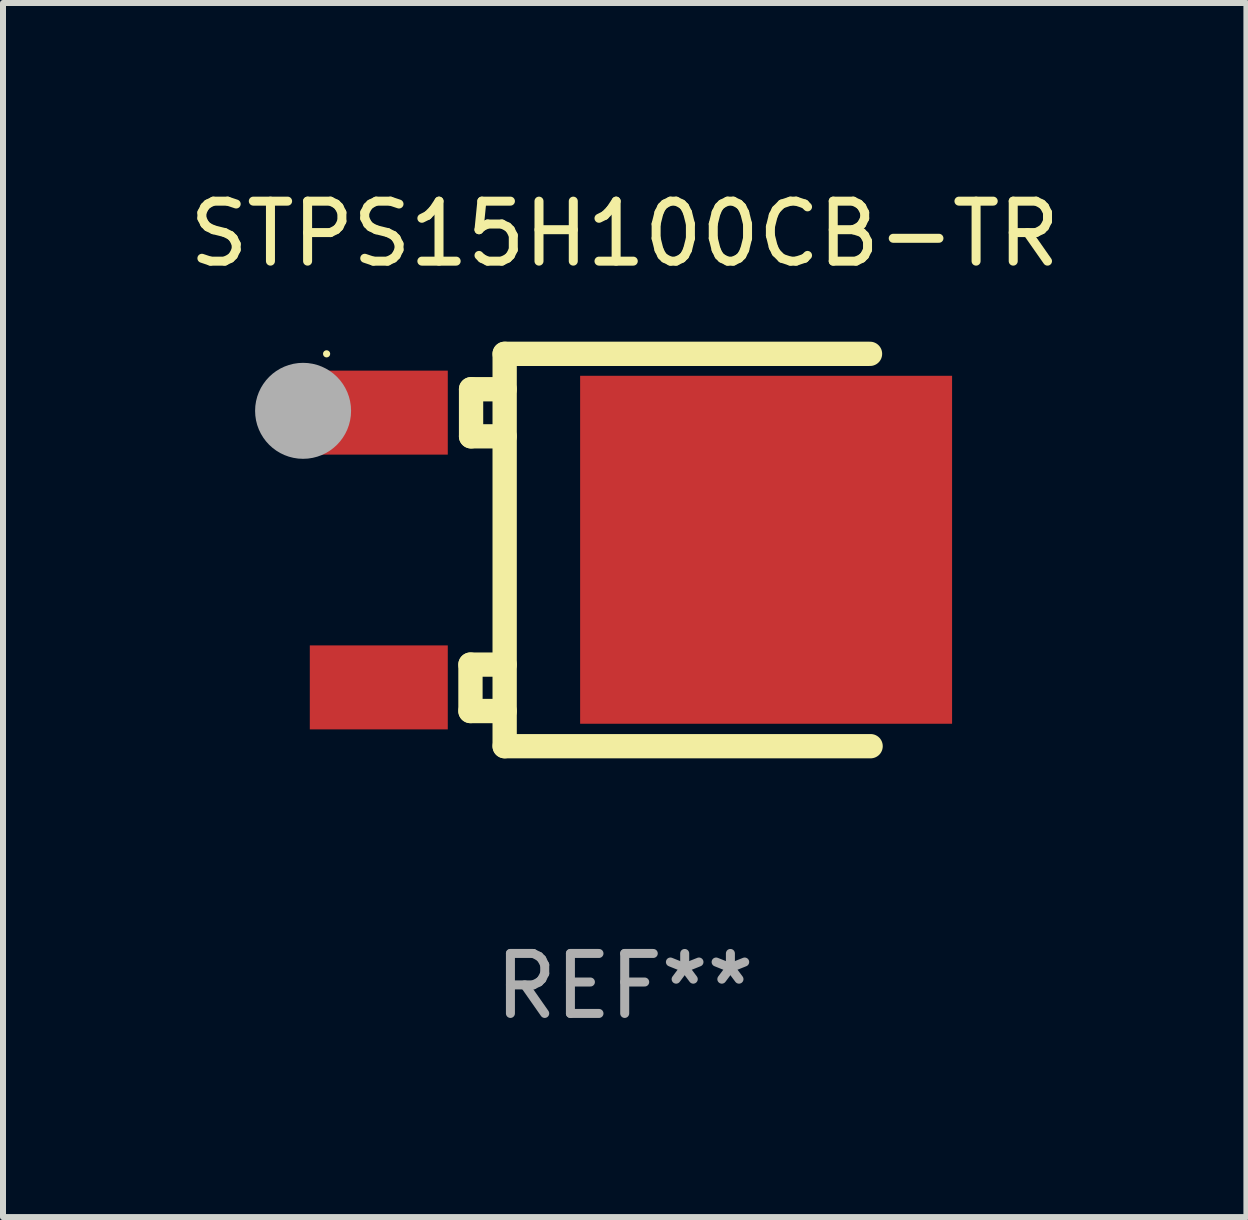
<source format=kicad_pcb>
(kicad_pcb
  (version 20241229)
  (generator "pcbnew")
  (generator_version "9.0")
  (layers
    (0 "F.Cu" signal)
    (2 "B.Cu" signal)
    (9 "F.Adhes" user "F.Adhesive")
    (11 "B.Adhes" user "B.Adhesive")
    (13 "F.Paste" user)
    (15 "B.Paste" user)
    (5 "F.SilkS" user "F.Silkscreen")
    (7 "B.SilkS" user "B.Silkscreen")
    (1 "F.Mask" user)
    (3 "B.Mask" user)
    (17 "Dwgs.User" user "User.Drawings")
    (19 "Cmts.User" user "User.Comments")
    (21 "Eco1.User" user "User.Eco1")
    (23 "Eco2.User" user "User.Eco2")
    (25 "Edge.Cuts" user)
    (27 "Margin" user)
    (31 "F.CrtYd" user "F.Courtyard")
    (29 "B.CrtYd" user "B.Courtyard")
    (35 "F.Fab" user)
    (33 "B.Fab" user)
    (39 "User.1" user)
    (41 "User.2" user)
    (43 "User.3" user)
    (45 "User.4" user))
  (footprint "STPS15H100CB-TR"
    (layer "F.Cu")
    (at 7.363 6.118)
    (property "Reference" "STPS15H100CB-TR" (at 0 -5.27 0) (layer "F.SilkS") (effects (font (size 1 1) (thickness 0.15))))
    (attr through_hole)
    (fp_line (start -2.571 1.91) (end -2.001 1.91) (stroke (width 0.405) (type solid)) (layer "F.SilkS"))
    (fp_line (start -2.571 2.684) (end -2.571 1.91) (stroke (width 0.405) (type solid)) (layer "F.SilkS"))
    (fp_line (start -2.561 -2.68) (end -2.001 -2.68) (stroke (width 0.405) (type solid)) (layer "F.SilkS"))
    (fp_line (start -2.561 -1.895) (end -2.561 -2.68) (stroke (width 0.405) (type solid)) (layer "F.SilkS"))
    (fp_line (start -2.001 -3.27) (end 4.089 -3.27) (stroke (width 0.405) (type solid)) (layer "F.SilkS"))
    (fp_line (start -2.001 -1.895) (end -2.561 -1.895) (stroke (width 0.405) (type solid)) (layer "F.SilkS"))
    (fp_line (start -2.001 2.684) (end -2.571 2.684) (stroke (width 0.405) (type solid)) (layer "F.SilkS"))
    (fp_line (start -2.001 3.27) (end -2.001 -3.27) (stroke (width 0.405) (type solid)) (layer "F.SilkS"))
    (fp_line (start 4.099 3.27) (end -2.001 3.27) (stroke (width 0.405) (type solid)) (layer "F.SilkS"))
    (fp_circle (center -4.969 -3.27) (end -4.939 -3.27) (stroke (width 0.06) (type solid)) (fill no) (layer "F.SilkS"))
    (fp_circle (center -5.361 -2.32) (end -4.961 -2.32) (stroke (width 0.8) (type solid)) (fill no) (layer "F.Fab"))
    (fp_text user "REF**" (at 0 7.27 0) (layer "F.Fab") (effects (font (size 1 1) (thickness 0.15))))
    (pad "1" smd rect (at -4.099 -2.29 180) (size 2.3 1.4) (layers "F.Cu" "F.Mask" "F.Paste"))
    (pad "2" smd rect (at 2.357 -0.004 180) (size 6.2 5.8) (layers "F.Cu" "F.Mask" "F.Paste"))
    (pad "3" smd rect (at -4.099 2.29 180) (size 2.3 1.4) (layers "F.Cu" "F.Mask" "F.Paste")))
  (gr_rect
    (start -3 -3)
    (end 17.726 17.237)
    (stroke (width 0.1) (type default))
    (fill no)
    (layer "Edge.Cuts")))
</source>
